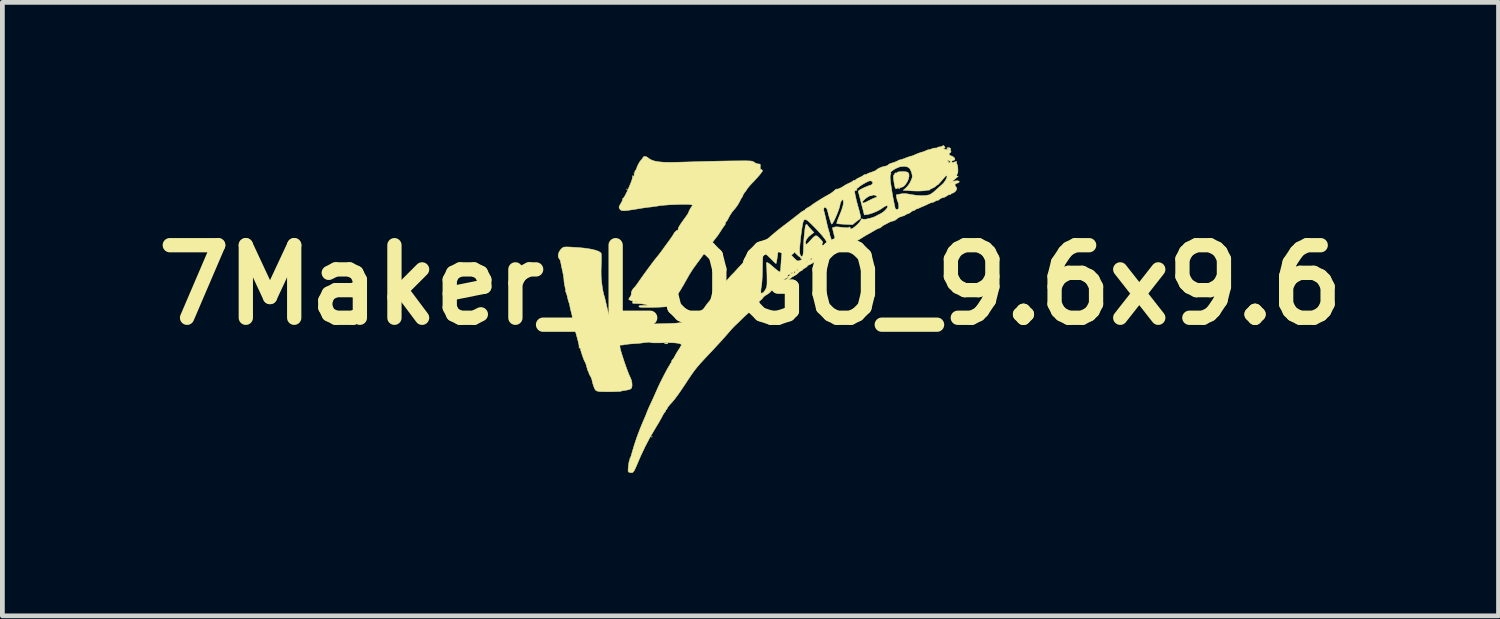
<source format=kicad_pcb>
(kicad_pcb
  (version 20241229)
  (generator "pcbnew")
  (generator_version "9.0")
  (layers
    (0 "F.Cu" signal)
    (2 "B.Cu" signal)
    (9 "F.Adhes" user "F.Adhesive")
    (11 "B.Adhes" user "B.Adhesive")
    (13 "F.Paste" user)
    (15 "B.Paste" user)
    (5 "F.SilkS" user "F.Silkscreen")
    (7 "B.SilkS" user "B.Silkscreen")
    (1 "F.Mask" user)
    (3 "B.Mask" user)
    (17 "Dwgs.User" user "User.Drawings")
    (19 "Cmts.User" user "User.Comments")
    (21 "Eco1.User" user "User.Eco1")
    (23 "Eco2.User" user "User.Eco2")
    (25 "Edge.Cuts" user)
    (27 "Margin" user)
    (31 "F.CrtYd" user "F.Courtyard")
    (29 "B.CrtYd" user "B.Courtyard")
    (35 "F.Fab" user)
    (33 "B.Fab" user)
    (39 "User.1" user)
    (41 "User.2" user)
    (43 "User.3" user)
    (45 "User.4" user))
  (footprint "7Maker_LOGO_9.6x9.6"
    (layer "F.Cu")
    (at 12.707 2.933)
    (property "Reference" "7Maker_LOGO_9.6x9.6" (at 0 0 0) (layer "F.SilkS") (effects (font (size 1.524 1.524) (thickness 0.3))))
    (attr through_hole)
    (fp_poly (pts (xy -2.585 -2.01) (xy -2.592 -2.002) (xy -2.6 -2.01) (xy -2.592 -2.017) (xy -2.585 -2.01)) (stroke (width 0.01) (type solid)) (fill yes) (layer "F.SilkS"))
    (fp_poly (pts (xy -2.062 3.19) (xy -2.069 3.197) (xy -2.077 3.19) (xy -2.069 3.182) (xy -2.062 3.19)) (stroke (width 0.01) (type solid)) (fill yes) (layer "F.SilkS"))
    (fp_poly (pts (xy -1.737 1.23) (xy -1.733 1.234) (xy -1.755 1.236) (xy -1.771 1.236) (xy -1.799 1.235) (xy -1.804 1.232) (xy -1.797 1.23) (xy -1.758 1.227) (xy -1.737 1.23)) (stroke (width 0.01) (type solid)) (fill yes) (layer "F.SilkS"))
    (fp_poly (pts (xy 3.247 -2.378) (xy 3.286 -2.371) (xy 3.307 -2.363) (xy 3.328 -2.328) (xy 3.33 -2.279) (xy 3.317 -2.222) (xy 3.291 -2.164) (xy 3.257 -2.112) (xy 3.217 -2.071) (xy 3.174 -2.049) (xy 3.157 -2.047) (xy 3.133 -2.042) (xy 3.13 -2.032) (xy 3.129 -2.018) (xy 3.124 -2.017) (xy 3.109 -2.029) (xy 3.108 -2.035) (xy 3.103 -2.045) (xy 3.09 -2.035) (xy 3.068 -2.019) (xy 3.051 -2.022) (xy 3.037 -2.048) (xy 3.025 -2.098) (xy 3.015 -2.155) (xy 3.006 -2.223) (xy 3.002 -2.267) (xy 3.004 -2.293) (xy 3.011 -2.308) (xy 3.013 -2.31) (xy 3.031 -2.333) (xy 3.033 -2.343) (xy 3.044 -2.353) (xy 3.058 -2.35) (xy 3.075 -2.348) (xy 3.074 -2.354) (xy 3.08 -2.365) (xy 3.108 -2.374) (xy 3.151 -2.378) (xy 3.2 -2.38) (xy 3.247 -2.378)) (stroke (width 0.01) (type solid)) (fill yes) (layer "F.SilkS"))
    (fp_poly (pts (xy -2.183 -2.691) (xy -2.161 -2.678) (xy -2.117 -2.644) (xy -2.063 -2.617) (xy -1.996 -2.597) (xy -1.914 -2.584) (xy -1.813 -2.576) (xy -1.689 -2.574) (xy -1.54 -2.576) (xy -1.511 -2.577) (xy -1.301 -2.583) (xy -1.117 -2.588) (xy -0.956 -2.593) (xy -0.815 -2.596) (xy -0.69 -2.599) (xy -0.578 -2.601) (xy -0.475 -2.603) (xy -0.378 -2.604) (xy -0.283 -2.605) (xy -0.269 -2.605) (xy -0.165 -2.606) (xy -0.087 -2.606) (xy -0.031 -2.604) (xy 0.009 -2.602) (xy 0.037 -2.597) (xy 0.056 -2.59) (xy 0.072 -2.581) (xy 0.081 -2.574) (xy 0.123 -2.55) (xy 0.166 -2.54) (xy 0.168 -2.54) (xy 0.197 -2.538) (xy 0.208 -2.525) (xy 0.207 -2.493) (xy 0.206 -2.486) (xy 0.205 -2.447) (xy 0.215 -2.429) (xy 0.227 -2.424) (xy 0.25 -2.409) (xy 0.254 -2.398) (xy 0.244 -2.379) (xy 0.218 -2.343) (xy 0.18 -2.296) (xy 0.133 -2.243) (xy 0.083 -2.188) (xy 0.033 -2.136) (xy 0.02 -2.123) (xy -0.022 -2.077) (xy -0.063 -2.025) (xy -0.072 -2.011) (xy -0.099 -1.971) (xy -0.122 -1.94) (xy -0.13 -1.931) (xy -0.149 -1.902) (xy -0.158 -1.879) (xy -0.17 -1.849) (xy -0.179 -1.838) (xy -0.191 -1.821) (xy -0.21 -1.786) (xy -0.231 -1.743) (xy -0.266 -1.682) (xy -0.311 -1.619) (xy -0.339 -1.587) (xy -0.382 -1.535) (xy -0.425 -1.471) (xy -0.451 -1.424) (xy -0.475 -1.377) (xy -0.495 -1.344) (xy -0.509 -1.33) (xy -0.509 -1.33) (xy -0.52 -1.317) (xy -0.523 -1.301) (xy -0.532 -1.266) (xy -0.542 -1.252) (xy -0.558 -1.231) (xy -0.586 -1.192) (xy -0.618 -1.142) (xy -0.627 -1.128) (xy -0.659 -1.079) (xy -0.685 -1.04) (xy -0.701 -1.018) (xy -0.703 -1.016) (xy -0.716 -1.001) (xy -0.743 -0.966) (xy -0.78 -0.917) (xy -0.825 -0.858) (xy -0.873 -0.794) (xy -0.921 -0.729) (xy -0.965 -0.668) (xy -1.002 -0.617) (xy -1.011 -0.605) (xy -1.042 -0.562) (xy -1.083 -0.507) (xy -1.121 -0.456) (xy -1.209 -0.335) (xy -1.286 -0.213) (xy -1.363 -0.076) (xy -1.367 -0.07) (xy -1.406 0.000253) (xy -1.449 0.073) (xy -1.488 0.136) (xy -1.5 0.154) (xy -1.538 0.212) (xy -1.577 0.273) (xy -1.604 0.318) (xy -1.647 0.384) (xy -1.688 0.426) (xy -1.732 0.449) (xy -1.753 0.454) (xy -1.793 0.459) (xy -1.853 0.463) (xy -1.926 0.467) (xy -2.008 0.469) (xy -2.09 0.471) (xy -2.17 0.471) (xy -2.239 0.471) (xy -2.292 0.469) (xy -2.325 0.466) (xy -2.33 0.464) (xy -2.345 0.448) (xy -2.331 0.436) (xy -2.289 0.431) (xy -2.237 0.43) (xy -2.189 0.431) (xy -2.167 0.429) (xy -2.167 0.423) (xy -2.181 0.416) (xy -2.219 0.406) (xy -2.277 0.397) (xy -2.346 0.391) (xy -2.417 0.388) (xy -2.44 0.388) (xy -2.469 0.386) (xy -2.476 0.372) (xy -2.473 0.359) (xy -2.471 0.349) (xy -2.415 0.349) (xy -2.413 0.358) (xy -2.406 0.359) (xy -2.393 0.353) (xy -2.396 0.349) (xy -2.413 0.347) (xy -2.415 0.349) (xy -2.471 0.349) (xy -2.47 0.336) (xy -2.475 0.331) (xy -2.5 0.33) (xy -2.53 0.319) (xy -2.552 0.306) (xy -2.555 0.3) (xy -2.547 0.281) (xy -2.526 0.251) (xy -2.524 0.248) (xy -2.505 0.215) (xy -2.501 0.187) (xy -2.501 0.185) (xy -2.5 0.154) (xy -2.484 0.113) (xy -2.457 0.074) (xy -2.442 0.059) (xy -2.422 0.037) (xy -2.391 -0.002) (xy -2.358 -0.05) (xy -2.356 -0.052) (xy -2.317 -0.109) (xy -2.266 -0.181) (xy -2.209 -0.26) (xy -2.149 -0.342) (xy -2.091 -0.42) (xy -2.039 -0.49) (xy -1.996 -0.545) (xy -1.972 -0.574) (xy -1.937 -0.618) (xy -1.906 -0.657) (xy -1.894 -0.673) (xy -1.875 -0.699) (xy -1.843 -0.742) (xy -1.802 -0.799) (xy -1.756 -0.862) (xy -1.747 -0.874) (xy -1.702 -0.936) (xy -1.663 -0.991) (xy -1.634 -1.033) (xy -1.619 -1.058) (xy -1.617 -1.061) (xy -1.599 -1.093) (xy -1.57 -1.125) (xy -1.542 -1.147) (xy -1.529 -1.15) (xy -1.516 -1.161) (xy -1.518 -1.17) (xy -1.515 -1.191) (xy -1.497 -1.228) (xy -1.462 -1.284) (xy -1.409 -1.359) (xy -1.363 -1.423) (xy -1.332 -1.466) (xy -1.309 -1.501) (xy -1.3 -1.519) (xy -1.3 -1.52) (xy -1.292 -1.543) (xy -1.274 -1.58) (xy -1.252 -1.619) (xy -1.23 -1.65) (xy -1.22 -1.661) (xy -1.214 -1.673) (xy -1.234 -1.683) (xy -1.277 -1.691) (xy -1.338 -1.694) (xy -1.415 -1.694) (xy -1.434 -1.694) (xy -1.589 -1.688) (xy -1.714 -1.682) (xy -1.809 -1.675) (xy -1.875 -1.669) (xy -1.905 -1.665) (xy -1.955 -1.656) (xy -1.995 -1.651) (xy -2.029 -1.647) (xy -2.047 -1.644) (xy -2.065 -1.64) (xy -2.101 -1.636) (xy -2.107 -1.636) (xy -2.142 -1.632) (xy -2.182 -1.627) (xy -2.231 -1.62) (xy -2.295 -1.61) (xy -2.379 -1.596) (xy -2.458 -1.583) (xy -2.553 -1.569) (xy -2.623 -1.56) (xy -2.673 -1.559) (xy -2.707 -1.564) (xy -2.73 -1.577) (xy -2.746 -1.598) (xy -2.747 -1.599) (xy -2.757 -1.622) (xy -2.757 -1.645) (xy -2.743 -1.674) (xy -2.721 -1.711) (xy -2.697 -1.754) (xy -2.683 -1.789) (xy -2.681 -1.805) (xy -2.682 -1.818) (xy -2.677 -1.817) (xy -2.664 -1.825) (xy -2.644 -1.856) (xy -2.618 -1.904) (xy -2.588 -1.965) (xy -2.558 -2.032) (xy -2.529 -2.1) (xy -2.503 -2.164) (xy -2.484 -2.219) (xy -2.474 -2.259) (xy -2.473 -2.276) (xy -2.477 -2.296) (xy -2.469 -2.289) (xy -2.468 -2.288) (xy -2.455 -2.277) (xy -2.445 -2.293) (xy -2.444 -2.299) (xy -2.44 -2.332) (xy -2.444 -2.348) (xy -2.446 -2.358) (xy -2.435 -2.353) (xy -2.422 -2.351) (xy -2.424 -2.372) (xy -2.424 -2.373) (xy -2.426 -2.395) (xy -2.42 -2.398) (xy -2.409 -2.406) (xy -2.394 -2.437) (xy -2.381 -2.474) (xy -2.355 -2.534) (xy -2.321 -2.59) (xy -2.305 -2.61) (xy -2.276 -2.643) (xy -2.259 -2.668) (xy -2.256 -2.675) (xy -2.244 -2.693) (xy -2.216 -2.698) (xy -2.183 -2.691)) (stroke (width 0.01) (type solid)) (fill yes) (layer "F.SilkS"))
    (fp_poly (pts (xy 4.069 -2.914) (xy 4.08 -2.897) (xy 4.088 -2.876) (xy 4.081 -2.875) (xy 4.061 -2.874) (xy 4.057 -2.87) (xy 4.062 -2.857) (xy 4.085 -2.848) (xy 4.117 -2.844) (xy 4.146 -2.847) (xy 4.159 -2.854) (xy 4.167 -2.867) (xy 4.151 -2.864) (xy 4.15 -2.864) (xy 4.128 -2.863) (xy 4.124 -2.869) (xy 4.135 -2.881) (xy 4.161 -2.883) (xy 4.189 -2.876) (xy 4.204 -2.862) (xy 4.201 -2.839) (xy 4.194 -2.833) (xy 4.185 -2.827) (xy 4.195 -2.825) (xy 4.211 -2.814) (xy 4.21 -2.793) (xy 4.193 -2.775) (xy 4.191 -2.774) (xy 4.17 -2.756) (xy 4.174 -2.733) (xy 4.2 -2.715) (xy 4.21 -2.712) (xy 4.251 -2.695) (xy 4.28 -2.671) (xy 4.294 -2.646) (xy 4.289 -2.625) (xy 4.264 -2.615) (xy 4.257 -2.615) (xy 4.234 -2.605) (xy 4.228 -2.592) (xy 4.234 -2.574) (xy 4.254 -2.572) (xy 4.294 -2.584) (xy 4.296 -2.585) (xy 4.324 -2.594) (xy 4.332 -2.587) (xy 4.329 -2.571) (xy 4.329 -2.545) (xy 4.336 -2.536) (xy 4.345 -2.52) (xy 4.352 -2.483) (xy 4.356 -2.437) (xy 4.357 -2.391) (xy 4.354 -2.354) (xy 4.347 -2.338) (xy 4.335 -2.32) (xy 4.333 -2.297) (xy 4.34 -2.28) (xy 4.352 -2.28) (xy 4.364 -2.286) (xy 4.359 -2.279) (xy 4.334 -2.257) (xy 4.288 -2.218) (xy 4.288 -2.218) (xy 4.254 -2.188) (xy 4.242 -2.174) (xy 4.252 -2.173) (xy 4.258 -2.175) (xy 4.302 -2.185) (xy 4.34 -2.188) (xy 4.375 -2.181) (xy 4.386 -2.165) (xy 4.373 -2.148) (xy 4.345 -2.139) (xy 4.311 -2.126) (xy 4.294 -2.103) (xy 4.301 -2.077) (xy 4.31 -2.068) (xy 4.329 -2.04) (xy 4.333 -2.022) (xy 4.321 -1.988) (xy 4.292 -1.955) (xy 4.257 -1.932) (xy 4.239 -1.927) (xy 4.217 -1.92) (xy 4.213 -1.912) (xy 4.201 -1.9) (xy 4.186 -1.898) (xy 4.154 -1.889) (xy 4.12 -1.868) (xy 4.087 -1.847) (xy 4.061 -1.838) (xy 4.061 -1.838) (xy 4.032 -1.832) (xy 3.998 -1.818) (xy 3.97 -1.801) (xy 3.96 -1.789) (xy 3.947 -1.78) (xy 3.932 -1.778) (xy 3.899 -1.769) (xy 3.876 -1.756) (xy 3.844 -1.738) (xy 3.823 -1.734) (xy 3.794 -1.727) (xy 3.754 -1.711) (xy 3.74 -1.704) (xy 3.686 -1.678) (xy 3.63 -1.653) (xy 3.623 -1.651) (xy 3.579 -1.632) (xy 3.544 -1.616) (xy 3.538 -1.612) (xy 3.508 -1.601) (xy 3.495 -1.599) (xy 3.472 -1.589) (xy 3.457 -1.576) (xy 3.434 -1.561) (xy 3.423 -1.56) (xy 3.406 -1.556) (xy 3.377 -1.537) (xy 3.37 -1.531) (xy 3.335 -1.506) (xy 3.305 -1.494) (xy 3.302 -1.494) (xy 3.27 -1.483) (xy 3.258 -1.473) (xy 3.233 -1.457) (xy 3.192 -1.444) (xy 3.181 -1.442) (xy 3.119 -1.419) (xy 3.076 -1.388) (xy 3.04 -1.36) (xy 3.006 -1.345) (xy 2.999 -1.344) (xy 2.964 -1.336) (xy 2.921 -1.319) (xy 2.914 -1.315) (xy 2.865 -1.289) (xy 2.819 -1.266) (xy 2.815 -1.264) (xy 2.777 -1.242) (xy 2.75 -1.219) (xy 2.75 -1.219) (xy 2.725 -1.199) (xy 2.711 -1.195) (xy 2.688 -1.188) (xy 2.649 -1.169) (xy 2.612 -1.148) (xy 2.559 -1.117) (xy 2.507 -1.087) (xy 2.48 -1.072) (xy 2.434 -1.047) (xy 2.392 -1.022) (xy 2.343 -0.991) (xy 2.305 -0.967) (xy 2.267 -0.944) (xy 2.239 -0.929) (xy 2.231 -0.926) (xy 2.212 -0.918) (xy 2.18 -0.898) (xy 2.143 -0.873) (xy 2.111 -0.85) (xy 2.095 -0.834) (xy 2.094 -0.833) (xy 2.077 -0.823) (xy 2.07 -0.822) (xy 2.046 -0.814) (xy 1.999 -0.79) (xy 1.93 -0.751) (xy 1.841 -0.699) (xy 1.823 -0.687) (xy 1.796 -0.672) (xy 1.756 -0.651) (xy 1.741 -0.643) (xy 1.681 -0.611) (xy 1.74 -0.664) (xy 1.774 -0.698) (xy 1.787 -0.721) (xy 1.781 -0.729) (xy 1.755 -0.719) (xy 1.737 -0.709) (xy 1.701 -0.687) (xy 1.65 -0.659) (xy 1.59 -0.628) (xy 1.529 -0.597) (xy 1.472 -0.57) (xy 1.426 -0.549) (xy 1.398 -0.539) (xy 1.394 -0.538) (xy 1.376 -0.526) (xy 1.374 -0.519) (xy 1.362 -0.502) (xy 1.332 -0.477) (xy 1.291 -0.451) (xy 1.249 -0.429) (xy 1.221 -0.418) (xy 1.199 -0.406) (xy 1.196 -0.397) (xy 1.185 -0.382) (xy 1.156 -0.362) (xy 1.144 -0.356) (xy 1.111 -0.335) (xy 1.092 -0.317) (xy 1.091 -0.313) (xy 1.079 -0.3) (xy 1.068 -0.299) (xy 1.045 -0.288) (xy 1.014 -0.263) (xy 1.007 -0.255) (xy 0.968 -0.22) (xy 0.925 -0.194) (xy 0.921 -0.192) (xy 0.876 -0.167) (xy 0.839 -0.138) (xy 0.804 -0.107) (xy 0.759 -0.074) (xy 0.746 -0.065) (xy 0.708 -0.042) (xy 0.685 -0.036) (xy 0.666 -0.044) (xy 0.662 -0.047) (xy 0.644 -0.059) (xy 0.643 -0.05) (xy 0.647 -0.041) (xy 0.648 -0.022) (xy 0.626 -0.019) (xy 0.625 -0.019) (xy 0.597 -0.015) (xy 0.587 -0.005) (xy 0.593 0.006) (xy 0.615 0.004) (xy 0.639 -0.000466) (xy 0.638 0.009) (xy 0.629 0.02) (xy 0.6 0.04) (xy 0.581 0.045) (xy 0.55 0.053) (xy 0.509 0.074) (xy 0.467 0.1) (xy 0.435 0.126) (xy 0.425 0.14) (xy 0.408 0.157) (xy 0.375 0.183) (xy 0.343 0.203) (xy 0.301 0.23) (xy 0.271 0.256) (xy 0.261 0.269) (xy 0.245 0.292) (xy 0.214 0.32) (xy 0.203 0.328) (xy 0.163 0.367) (xy 0.127 0.414) (xy 0.121 0.426) (xy 0.089 0.469) (xy 0.045 0.515) (xy 0.018 0.537) (xy -0.026 0.572) (xy -0.08 0.62) (xy -0.136 0.672) (xy -0.151 0.686) (xy -0.203 0.737) (xy -0.254 0.788) (xy -0.297 0.828) (xy -0.307 0.837) (xy -0.348 0.877) (xy -0.396 0.928) (xy -0.439 0.977) (xy -0.54 1.094) (xy -0.656 1.222) (xy -0.777 1.353) (xy -0.819 1.398) (xy -0.912 1.496) (xy -0.987 1.576) (xy -1.05 1.645) (xy -1.102 1.705) (xy -1.149 1.762) (xy -1.193 1.82) (xy -1.238 1.884) (xy -1.289 1.959) (xy -1.348 2.048) (xy -1.37 2.082) (xy -1.452 2.205) (xy -1.522 2.305) (xy -1.583 2.387) (xy -1.638 2.454) (xy -1.673 2.493) (xy -1.71 2.534) (xy -1.737 2.57) (xy -1.748 2.592) (xy -1.748 2.593) (xy -1.757 2.613) (xy -1.763 2.615) (xy -1.777 2.627) (xy -1.778 2.635) (xy -1.789 2.662) (xy -1.799 2.673) (xy -1.818 2.697) (xy -1.841 2.736) (xy -1.85 2.754) (xy -1.869 2.79) (xy -1.899 2.844) (xy -1.938 2.911) (xy -1.982 2.984) (xy -2 3.014) (xy -2.111 3.203) (xy -2.212 3.395) (xy -2.308 3.599) (xy -2.368 3.739) (xy -2.403 3.821) (xy -2.429 3.878) (xy -2.45 3.915) (xy -2.47 3.936) (xy -2.491 3.943) (xy -2.517 3.941) (xy -2.546 3.934) (xy -2.56 3.927) (xy -2.567 3.913) (xy -2.569 3.885) (xy -2.565 3.835) (xy -2.563 3.813) (xy -2.556 3.755) (xy -2.548 3.709) (xy -2.539 3.682) (xy -2.537 3.68) (xy -2.529 3.664) (xy -2.533 3.661) (xy -2.535 3.652) (xy -2.528 3.642) (xy -2.516 3.618) (xy -2.501 3.575) (xy -2.49 3.534) (xy -2.443 3.374) (xy -2.385 3.199) (xy -2.317 3.019) (xy -2.244 2.843) (xy -2.222 2.794) (xy -2.2 2.743) (xy -2.182 2.698) (xy -2.174 2.675) (xy -2.163 2.647) (xy -2.143 2.599) (xy -2.116 2.539) (xy -2.096 2.496) (xy -2.042 2.38) (xy -1.999 2.284) (xy -1.967 2.211) (xy -1.957 2.189) (xy -1.937 2.144) (xy -1.909 2.084) (xy -1.875 2.015) (xy -1.838 1.942) (xy -1.801 1.87) (xy -1.766 1.804) (xy -1.736 1.749) (xy -1.713 1.709) (xy -1.7 1.691) (xy -1.7 1.691) (xy -1.689 1.674) (xy -1.688 1.665) (xy -1.68 1.646) (xy -1.673 1.644) (xy -1.661 1.631) (xy -1.658 1.614) (xy -1.649 1.584) (xy -1.639 1.573) (xy -1.62 1.553) (xy -1.598 1.517) (xy -1.594 1.509) (xy -1.575 1.472) (xy -1.555 1.437) (xy -1.531 1.397) (xy -1.495 1.342) (xy -1.49 1.335) (xy -1.467 1.296) (xy -1.452 1.267) (xy -1.449 1.258) (xy -1.464 1.24) (xy -1.507 1.226) (xy -1.577 1.217) (xy -1.674 1.212) (xy -1.795 1.213) (xy -1.839 1.214) (xy -1.922 1.216) (xy -1.993 1.216) (xy -2.049 1.215) (xy -2.083 1.212) (xy -2.092 1.209) (xy -2.105 1.203) (xy -2.141 1.202) (xy -2.19 1.206) (xy -2.247 1.213) (xy -2.271 1.217) (xy -2.302 1.221) (xy -2.354 1.226) (xy -2.418 1.231) (xy -2.45 1.233) (xy -2.52 1.238) (xy -2.586 1.245) (xy -2.637 1.252) (xy -2.651 1.255) (xy -2.691 1.262) (xy -2.718 1.262) (xy -2.721 1.261) (xy -2.737 1.262) (xy -2.742 1.286) (xy -2.735 1.333) (xy -2.726 1.37) (xy -2.7 1.457) (xy -2.67 1.55) (xy -2.638 1.646) (xy -2.606 1.737) (xy -2.576 1.818) (xy -2.551 1.882) (xy -2.531 1.925) (xy -2.53 1.927) (xy -2.503 1.989) (xy -2.488 2.054) (xy -2.485 2.114) (xy -2.494 2.16) (xy -2.501 2.172) (xy -2.536 2.194) (xy -2.599 2.208) (xy -2.61 2.21) (xy -2.66 2.217) (xy -2.699 2.225) (xy -2.714 2.23) (xy -2.734 2.234) (xy -2.777 2.237) (xy -2.838 2.239) (xy -2.909 2.241) (xy -2.984 2.241) (xy -3.056 2.241) (xy -3.12 2.24) (xy -3.168 2.238) (xy -3.186 2.236) (xy -3.225 2.225) (xy -3.249 2.212) (xy -3.267 2.186) (xy -3.287 2.139) (xy -3.307 2.08) (xy -3.323 2.017) (xy -3.327 1.995) (xy -3.342 1.949) (xy -3.363 1.91) (xy -3.383 1.876) (xy -3.392 1.848) (xy -3.392 1.848) (xy -3.399 1.823) (xy -3.404 1.817) (xy -3.414 1.799) (xy -3.426 1.761) (xy -3.436 1.723) (xy -3.45 1.672) (xy -3.465 1.631) (xy -3.475 1.614) (xy -3.488 1.59) (xy -3.506 1.546) (xy -3.526 1.49) (xy -3.545 1.432) (xy -3.561 1.38) (xy -3.57 1.343) (xy -3.571 1.333) (xy -3.58 1.321) (xy -3.588 1.324) (xy -3.6 1.325) (xy -3.597 1.31) (xy -3.597 1.286) (xy -3.604 1.241) (xy -3.618 1.182) (xy -3.629 1.14) (xy -3.671 0.988) (xy -3.703 0.862) (xy -3.725 0.758) (xy -3.735 0.702) (xy -3.745 0.644) (xy -3.757 0.59) (xy -3.763 0.568) (xy -3.777 0.515) (xy -3.788 0.463) (xy -3.795 0.424) (xy -3.8 0.398) (xy -3.801 0.396) (xy -3.811 0.369) (xy -3.812 0.366) (xy -3.82 0.344) (xy -3.831 0.303) (xy -3.841 0.261) (xy -3.853 0.211) (xy -3.866 0.17) (xy -3.874 0.153) (xy -3.883 0.132) (xy -3.881 0.126) (xy -3.88 0.108) (xy -3.886 0.071) (xy -3.894 0.04) (xy -3.906 -0.018) (xy -3.914 -0.076) (xy -3.915 -0.097) (xy -3.918 -0.139) (xy -3.927 -0.199) (xy -3.94 -0.267) (xy -3.945 -0.291) (xy -3.96 -0.358) (xy -3.973 -0.42) (xy -3.982 -0.467) (xy -3.984 -0.478) (xy -3.994 -0.518) (xy -4.009 -0.544) (xy -4.011 -0.545) (xy -4.033 -0.582) (xy -4.036 -0.631) (xy -4.021 -0.685) (xy -3.989 -0.738) (xy -3.953 -0.774) (xy -3.938 -0.784) (xy -3.922 -0.792) (xy -3.901 -0.796) (xy -3.869 -0.798) (xy -3.823 -0.797) (xy -3.759 -0.794) (xy -3.671 -0.788) (xy -3.616 -0.785) (xy -3.479 -0.772) (xy -3.361 -0.754) (xy -3.264 -0.732) (xy -3.191 -0.707) (xy -3.145 -0.678) (xy -3.135 -0.666) (xy -3.132 -0.646) (xy -3.13 -0.602) (xy -3.13 -0.539) (xy -3.131 -0.463) (xy -3.133 -0.411) (xy -3.136 -0.296) (xy -3.135 -0.199) (xy -3.13 -0.112) (xy -3.12 -0.024) (xy -3.116 0.007) (xy -3.105 0.079) (xy -3.094 0.141) (xy -3.084 0.187) (xy -3.078 0.21) (xy -3.068 0.237) (xy -3.056 0.281) (xy -3.051 0.307) (xy -3.041 0.35) (xy -3.026 0.413) (xy -3.008 0.489) (xy -2.988 0.57) (xy -2.986 0.579) (xy -2.967 0.656) (xy -2.95 0.714) (xy -2.931 0.758) (xy -2.907 0.788) (xy -2.874 0.808) (xy -2.826 0.819) (xy -2.762 0.824) (xy -2.675 0.825) (xy -2.563 0.825) (xy -2.555 0.825) (xy -2.45 0.824) (xy -2.334 0.823) (xy -2.213 0.821) (xy -2.09 0.819) (xy -1.969 0.817) (xy -1.856 0.814) (xy -1.753 0.811) (xy -1.666 0.808) (xy -1.599 0.805) (xy -1.556 0.802) (xy -1.546 0.801) (xy -1.51 0.797) (xy -1.455 0.791) (xy -1.392 0.784) (xy -1.382 0.783) (xy -1.324 0.777) (xy -1.278 0.772) (xy -1.25 0.769) (xy -1.248 0.768) (xy -1.22 0.765) (xy -1.209 0.764) (xy -1.182 0.753) (xy -1.148 0.724) (xy -1.105 0.675) (xy -1.052 0.602) (xy -1.009 0.54) (xy -0.966 0.477) (xy -0.924 0.418) (xy -0.888 0.372) (xy -0.868 0.348) (xy -0.84 0.315) (xy -0.822 0.291) (xy -0.82 0.287) (xy -0.816 0.279) (xy -0.807 0.267) (xy -0.792 0.248) (xy -0.768 0.219) (xy -0.732 0.177) (xy -0.694 0.133) (xy 0.218 0.133) (xy 0.221 0.168) (xy 0.223 0.174) (xy 0.236 0.173) (xy 0.252 0.169) (xy 0.276 0.153) (xy 0.303 0.119) (xy 0.315 0.1) (xy 0.329 0.073) (xy 0.339 0.048) (xy 0.345 0.017) (xy 0.348 -0.024) (xy 0.349 -0.076) (xy 0.665 -0.076) (xy 0.685 -0.075) (xy 0.715 -0.084) (xy 0.728 -0.095) (xy 0.75 -0.117) (xy 0.774 -0.134) (xy 0.798 -0.149) (xy 0.802 -0.159) (xy 0.784 -0.158) (xy 0.75 -0.143) (xy 0.708 -0.116) (xy 0.689 -0.102) (xy 0.666 -0.083) (xy 0.665 -0.076) (xy 0.349 -0.076) (xy 0.349 -0.083) (xy 0.348 -0.165) (xy 0.348 -0.179) (xy 0.348 -0.193) (xy 0.777 -0.193) (xy 0.787 -0.18) (xy 0.814 -0.189) (xy 0.821 -0.194) (xy 0.836 -0.209) (xy 0.835 -0.216) (xy 0.815 -0.219) (xy 0.79 -0.209) (xy 0.777 -0.193) (xy 0.777 -0.193) (xy 0.348 -0.193) (xy 0.347 -0.236) (xy 0.852 -0.236) (xy 0.86 -0.23) (xy 0.874 -0.239) (xy 0.882 -0.248) (xy 0.918 -0.248) (xy 0.928 -0.239) (xy 0.938 -0.252) (xy 0.941 -0.271) (xy 0.937 -0.293) (xy 0.931 -0.293) (xy 0.919 -0.271) (xy 0.918 -0.248) (xy 0.882 -0.248) (xy 0.89 -0.258) (xy 0.89 -0.265) (xy 0.874 -0.265) (xy 0.857 -0.25) (xy 0.852 -0.236) (xy 0.347 -0.236) (xy 0.346 -0.259) (xy 0.344 -0.33) (xy 0.341 -0.386) (xy 0.339 -0.421) (xy 0.338 -0.427) (xy 0.335 -0.459) (xy 0.344 -0.472) (xy 0.368 -0.464) (xy 0.409 -0.436) (xy 0.467 -0.387) (xy 0.476 -0.379) (xy 0.527 -0.335) (xy 0.571 -0.3) (xy 0.604 -0.278) (xy 0.618 -0.273) (xy 0.628 -0.29) (xy 0.633 -0.315) (xy 0.971 -0.315) (xy 0.982 -0.299) (xy 0.986 -0.299) (xy 1.001 -0.304) (xy 1.001 -0.305) (xy 0.991 -0.318) (xy 0.986 -0.321) (xy 0.972 -0.32) (xy 0.971 -0.315) (xy 0.633 -0.315) (xy 0.635 -0.328) (xy 0.637 -0.352) (xy 0.64 -0.424) (xy 0.645 -0.486) (xy 1.18 -0.486) (xy 1.188 -0.478) (xy 1.195 -0.486) (xy 1.188 -0.493) (xy 1.18 -0.486) (xy 0.645 -0.486) (xy 0.647 -0.524) (xy 0.659 -0.651) (xy 0.667 -0.728) (xy 0.675 -0.778) (xy 0.688 -0.802) (xy 0.71 -0.799) (xy 0.741 -0.771) (xy 0.777 -0.724) (xy 0.823 -0.667) (xy 0.877 -0.605) (xy 0.913 -0.568) (xy 0.953 -0.53) (xy 0.979 -0.509) (xy 1.001 -0.503) (xy 1.024 -0.508) (xy 1.031 -0.51) (xy 1.067 -0.526) (xy 1.077 -0.535) (xy 1.255 -0.535) (xy 1.264 -0.525) (xy 1.282 -0.531) (xy 1.296 -0.549) (xy 1.296 -0.55) (xy 1.292 -0.561) (xy 1.279 -0.559) (xy 1.258 -0.543) (xy 1.255 -0.535) (xy 1.077 -0.535) (xy 1.085 -0.541) (xy 1.081 -0.551) (xy 1.068 -0.553) (xy 1.052 -0.56) (xy 1.053 -0.568) (xy 1.051 -0.581) (xy 1.045 -0.583) (xy 1.027 -0.593) (xy 0.994 -0.621) (xy 0.953 -0.661) (xy 0.909 -0.708) (xy 0.901 -0.717) (xy 1.031 -0.717) (xy 1.036 -0.66) (xy 1.049 -0.619) (xy 1.067 -0.598) (xy 1.087 -0.601) (xy 1.1 -0.616) (xy 1.105 -0.638) (xy 1.11 -0.683) (xy 1.114 -0.743) (xy 1.115 -0.792) (xy 1.118 -0.864) (xy 1.121 -0.933) (xy 1.125 -0.987) (xy 1.127 -1.009) (xy 1.132 -1.056) (xy 1.139 -1.118) (xy 1.144 -1.169) (xy 1.153 -1.229) (xy 1.163 -1.262) (xy 1.175 -1.27) (xy 1.194 -1.263) (xy 1.196 -1.259) (xy 1.205 -1.243) (xy 1.23 -1.212) (xy 1.265 -1.174) (xy 1.333 -1.1) (xy 1.29 -1.07) (xy 1.221 -1.013) (xy 1.176 -0.957) (xy 1.157 -0.906) (xy 1.156 -0.899) (xy 1.16 -0.867) (xy 1.17 -0.852) (xy 1.171 -0.852) (xy 1.189 -0.862) (xy 1.219 -0.89) (xy 1.256 -0.93) (xy 1.26 -0.934) (xy 1.309 -0.988) (xy 1.345 -1.021) (xy 1.373 -1.034) (xy 1.398 -1.028) (xy 1.425 -1.007) (xy 1.437 -0.995) (xy 1.482 -0.947) (xy 1.509 -0.915) (xy 1.519 -0.896) (xy 1.516 -0.885) (xy 1.514 -0.884) (xy 1.502 -0.86) (xy 1.511 -0.833) (xy 1.522 -0.823) (xy 1.558 -0.816) (xy 1.597 -0.83) (xy 1.614 -0.845) (xy 1.617 -0.871) (xy 1.597 -0.915) (xy 1.556 -0.976) (xy 1.494 -1.052) (xy 1.412 -1.143) (xy 1.352 -1.205) (xy 1.286 -1.272) (xy 1.236 -1.32) (xy 1.2 -1.351) (xy 1.174 -1.367) (xy 1.154 -1.372) (xy 1.149 -1.372) (xy 1.129 -1.366) (xy 1.115 -1.349) (xy 1.104 -1.315) (xy 1.095 -1.27) (xy 1.082 -1.194) (xy 1.069 -1.103) (xy 1.056 -1.006) (xy 1.046 -0.91) (xy 1.037 -0.822) (xy 1.032 -0.751) (xy 1.031 -0.717) (xy 0.901 -0.717) (xy 0.867 -0.756) (xy 0.839 -0.791) (xy 0.795 -0.844) (xy 0.748 -0.892) (xy 0.701 -0.931) (xy 0.661 -0.957) (xy 0.634 -0.966) (xy 0.628 -0.964) (xy 0.623 -0.96) (xy 0.618 -0.952) (xy 0.613 -0.937) (xy 0.608 -0.911) (xy 0.602 -0.869) (xy 0.594 -0.809) (xy 0.583 -0.725) (xy 0.573 -0.654) (xy 0.563 -0.579) (xy 0.554 -0.517) (xy 0.545 -0.472) (xy 0.539 -0.45) (xy 0.538 -0.448) (xy 0.524 -0.458) (xy 0.495 -0.485) (xy 0.456 -0.524) (xy 0.433 -0.547) (xy 0.372 -0.607) (xy 0.327 -0.646) (xy 0.296 -0.665) (xy 0.275 -0.667) (xy 0.268 -0.663) (xy 0.264 -0.644) (xy 0.26 -0.601) (xy 0.257 -0.537) (xy 0.255 -0.458) (xy 0.253 -0.369) (xy 0.253 -0.361) (xy 0.251 -0.264) (xy 0.248 -0.171) (xy 0.243 -0.088) (xy 0.238 -0.023) (xy 0.232 0.017) (xy 0.222 0.079) (xy 0.218 0.133) (xy -0.694 0.133) (xy -0.683 0.12) (xy -0.618 0.045) (xy -0.553 -0.03) (xy -0.5 -0.091) (xy -0.452 -0.145) (xy -0.415 -0.187) (xy -0.391 -0.213) (xy -0.385 -0.218) (xy -0.368 -0.235) (xy -0.335 -0.269) (xy -0.293 -0.316) (xy -0.247 -0.366) (xy -0.091 -0.532) (xy 0.072 -0.696) (xy 0.237 -0.854) (xy 0.399 -1) (xy 0.553 -1.131) (xy 0.65 -1.207) (xy 0.762 -1.292) (xy 0.852 -1.361) (xy 0.922 -1.415) (xy 0.975 -1.456) (xy 1.013 -1.486) (xy 1.038 -1.506) (xy 1.05 -1.516) (xy 1.085 -1.542) (xy 1.114 -1.557) (xy 1.141 -1.572) (xy 1.148 -1.58) (xy 1.535 -1.58) (xy 1.54 -1.562) (xy 1.548 -1.536) (xy 1.56 -1.487) (xy 1.575 -1.424) (xy 1.591 -1.352) (xy 1.608 -1.277) (xy 1.625 -1.207) (xy 1.641 -1.15) (xy 1.651 -1.117) (xy 1.663 -1.082) (xy 1.667 -1.062) (xy 1.666 -1.061) (xy 1.666 -1.049) (xy 1.676 -1.018) (xy 1.682 -1.003) (xy 1.696 -0.964) (xy 1.702 -0.937) (xy 1.702 -0.932) (xy 1.702 -0.896) (xy 1.716 -0.883) (xy 1.739 -0.896) (xy 1.757 -0.919) (xy 1.77 -0.942) (xy 1.775 -0.965) (xy 1.771 -0.997) (xy 1.758 -1.048) (xy 1.757 -1.05) (xy 1.737 -1.129) (xy 1.726 -1.18) (xy 1.724 -1.204) (xy 1.729 -1.205) (xy 1.746 -1.205) (xy 1.757 -1.212) (xy 1.783 -1.219) (xy 1.833 -1.219) (xy 1.886 -1.213) (xy 1.968 -1.204) (xy 2.025 -1.2) (xy 2.06 -1.202) (xy 2.075 -1.21) (xy 2.077 -1.216) (xy 2.083 -1.22) (xy 2.091 -1.211) (xy 2.099 -1.186) (xy 2.097 -1.177) (xy 2.104 -1.173) (xy 2.129 -1.18) (xy 2.13 -1.181) (xy 2.164 -1.2) (xy 2.206 -1.233) (xy 2.25 -1.273) (xy 2.288 -1.314) (xy 2.314 -1.348) (xy 2.321 -1.364) (xy 2.328 -1.385) (xy 2.346 -1.387) (xy 2.371 -1.379) (xy 2.399 -1.378) (xy 2.447 -1.385) (xy 2.504 -1.398) (xy 2.561 -1.414) (xy 2.61 -1.433) (xy 2.628 -1.441) (xy 2.664 -1.461) (xy 2.713 -1.486) (xy 2.739 -1.499) (xy 2.789 -1.531) (xy 2.834 -1.571) (xy 2.868 -1.612) (xy 2.883 -1.648) (xy 2.884 -1.653) (xy 2.873 -1.664) (xy 2.845 -1.66) (xy 2.808 -1.642) (xy 2.772 -1.616) (xy 2.717 -1.58) (xy 2.645 -1.543) (xy 2.565 -1.51) (xy 2.49 -1.487) (xy 2.465 -1.482) (xy 2.423 -1.475) (xy 2.396 -1.47) (xy 2.391 -1.47) (xy 2.387 -1.487) (xy 2.377 -1.527) (xy 2.363 -1.583) (xy 2.345 -1.651) (xy 2.327 -1.724) (xy 2.322 -1.741) (xy 2.352 -1.741) (xy 2.353 -1.734) (xy 2.36 -1.724) (xy 2.372 -1.721) (xy 2.392 -1.726) (xy 2.426 -1.74) (xy 2.479 -1.767) (xy 2.501 -1.778) (xy 2.556 -1.805) (xy 2.603 -1.826) (xy 2.633 -1.837) (xy 2.639 -1.838) (xy 2.658 -1.845) (xy 2.655 -1.86) (xy 2.632 -1.878) (xy 2.62 -1.883) (xy 2.58 -1.89) (xy 2.561 -1.882) (xy 2.538 -1.871) (xy 2.528 -1.873) (xy 2.507 -1.871) (xy 2.473 -1.854) (xy 2.433 -1.827) (xy 2.395 -1.795) (xy 2.366 -1.765) (xy 2.352 -1.741) (xy 2.322 -1.741) (xy 2.308 -1.796) (xy 2.291 -1.862) (xy 2.277 -1.914) (xy 2.267 -1.948) (xy 2.265 -1.958) (xy 2.267 -1.973) (xy 2.289 -1.991) (xy 2.333 -2.016) (xy 2.374 -2.036) (xy 2.43 -2.061) (xy 2.477 -2.08) (xy 2.508 -2.091) (xy 2.514 -2.092) (xy 2.545 -2.104) (xy 2.567 -2.131) (xy 2.57 -2.147) (xy 2.558 -2.168) (xy 2.54 -2.182) (xy 2.519 -2.187) (xy 2.492 -2.183) (xy 2.451 -2.165) (xy 2.409 -2.143) (xy 2.356 -2.112) (xy 2.311 -2.083) (xy 2.283 -2.062) (xy 2.282 -2.06) (xy 2.257 -2.039) (xy 2.241 -2.032) (xy 2.233 -2.021) (xy 2.236 -2.01) (xy 2.233 -1.99) (xy 2.221 -1.987) (xy 2.196 -1.98) (xy 2.19 -1.974) (xy 2.189 -1.952) (xy 2.196 -1.905) (xy 2.21 -1.838) (xy 2.23 -1.754) (xy 2.256 -1.658) (xy 2.282 -1.567) (xy 2.299 -1.499) (xy 2.31 -1.452) (xy 2.314 -1.421) (xy 2.311 -1.402) (xy 2.304 -1.39) (xy 2.295 -1.383) (xy 2.268 -1.365) (xy 2.229 -1.335) (xy 2.206 -1.317) (xy 2.144 -1.266) (xy 1.983 -1.274) (xy 1.916 -1.278) (xy 1.861 -1.282) (xy 1.824 -1.287) (xy 1.812 -1.291) (xy 1.814 -1.307) (xy 1.826 -1.345) (xy 1.845 -1.398) (xy 1.865 -1.445) (xy 1.907 -1.55) (xy 1.935 -1.632) (xy 1.95 -1.695) (xy 1.953 -1.742) (xy 1.95 -1.761) (xy 1.94 -1.8) (xy 1.911 -1.765) (xy 1.89 -1.728) (xy 1.883 -1.695) (xy 1.877 -1.661) (xy 1.863 -1.611) (xy 1.842 -1.55) (xy 1.817 -1.486) (xy 1.789 -1.421) (xy 1.762 -1.363) (xy 1.737 -1.316) (xy 1.718 -1.286) (xy 1.705 -1.278) (xy 1.704 -1.279) (xy 1.694 -1.3) (xy 1.68 -1.341) (xy 1.662 -1.397) (xy 1.644 -1.458) (xy 1.629 -1.517) (xy 1.621 -1.554) (xy 1.605 -1.6) (xy 1.583 -1.626) (xy 1.559 -1.629) (xy 1.545 -1.617) (xy 1.535 -1.58) (xy 1.148 -1.58) (xy 1.15 -1.583) (xy 1.162 -1.596) (xy 1.193 -1.616) (xy 1.214 -1.628) (xy 1.253 -1.651) (xy 1.279 -1.668) (xy 1.285 -1.673) (xy 1.301 -1.686) (xy 1.337 -1.711) (xy 1.386 -1.743) (xy 1.441 -1.778) (xy 1.497 -1.813) (xy 1.548 -1.843) (xy 1.572 -1.857) (xy 1.619 -1.883) (xy 1.661 -1.907) (xy 1.675 -1.914) (xy 1.709 -1.938) (xy 1.75 -1.97) (xy 1.759 -1.979) (xy 1.788 -2.003) (xy 1.806 -2.014) (xy 1.808 -2.013) (xy 1.819 -2.01) (xy 1.849 -2.018) (xy 1.887 -2.034) (xy 1.927 -2.055) (xy 1.95 -2.07) (xy 1.99 -2.096) (xy 2.043 -2.124) (xy 2.073 -2.138) (xy 2.116 -2.158) (xy 2.144 -2.176) (xy 2.152 -2.184) (xy 2.164 -2.194) (xy 2.181 -2.196) (xy 2.206 -2.202) (xy 2.211 -2.209) (xy 2.224 -2.221) (xy 2.249 -2.236) (xy 2.934 -2.236) (xy 2.942 -2.153) (xy 2.951 -2.092) (xy 2.956 -2.058) (xy 2.964 -2.006) (xy 2.973 -1.95) (xy 2.983 -1.89) (xy 2.996 -1.818) (xy 3.011 -1.743) (xy 3.025 -1.674) (xy 3.037 -1.62) (xy 3.042 -1.602) (xy 3.059 -1.587) (xy 3.086 -1.586) (xy 3.109 -1.599) (xy 3.113 -1.605) (xy 3.116 -1.636) (xy 3.112 -1.681) (xy 3.104 -1.725) (xy 3.093 -1.755) (xy 3.092 -1.756) (xy 3.083 -1.779) (xy 3.073 -1.819) (xy 3.071 -1.831) (xy 3.061 -1.891) (xy 3.146 -1.909) (xy 3.191 -1.916) (xy 3.233 -1.918) (xy 3.282 -1.914) (xy 3.348 -1.903) (xy 3.377 -1.897) (xy 3.487 -1.881) (xy 3.591 -1.874) (xy 3.682 -1.878) (xy 3.754 -1.892) (xy 3.773 -1.9) (xy 3.806 -1.92) (xy 3.851 -1.954) (xy 3.898 -1.995) (xy 3.9 -1.997) (xy 3.947 -2.041) (xy 3.993 -2.081) (xy 4.027 -2.111) (xy 4.06 -2.145) (xy 4.072 -2.161) (xy 4.189 -2.161) (xy 4.191 -2.153) (xy 4.198 -2.152) (xy 4.211 -2.157) (xy 4.208 -2.161) (xy 4.191 -2.163) (xy 4.189 -2.161) (xy 4.072 -2.161) (xy 4.091 -2.188) (xy 4.115 -2.232) (xy 4.128 -2.268) (xy 4.126 -2.29) (xy 4.126 -2.29) (xy 4.106 -2.291) (xy 4.082 -2.269) (xy 4.022 -2.198) (xy 3.978 -2.148) (xy 3.95 -2.117) (xy 3.934 -2.102) (xy 3.93 -2.101) (xy 3.93 -2.101) (xy 3.921 -2.1) (xy 3.901 -2.081) (xy 3.9 -2.081) (xy 3.866 -2.054) (xy 3.821 -2.031) (xy 3.818 -2.03) (xy 3.784 -2.015) (xy 3.766 -2) (xy 3.765 -1.998) (xy 3.754 -1.99) (xy 3.747 -1.991) (xy 3.72 -1.991) (xy 3.683 -1.984) (xy 3.648 -1.978) (xy 3.592 -1.974) (xy 3.524 -1.972) (xy 3.452 -1.973) (xy 3.385 -1.976) (xy 3.347 -1.979) (xy 3.305 -1.983) (xy 3.259 -1.985) (xy 3.208 -1.987) (xy 3.263 -2.035) (xy 3.315 -2.091) (xy 3.36 -2.164) (xy 3.392 -2.24) (xy 3.397 -2.258) (xy 3.397 -2.302) (xy 3.385 -2.358) (xy 3.363 -2.412) (xy 3.337 -2.453) (xy 3.294 -2.48) (xy 3.231 -2.491) (xy 3.156 -2.484) (xy 3.14 -2.481) (xy 3.097 -2.466) (xy 3.049 -2.444) (xy 3.004 -2.417) (xy 2.967 -2.391) (xy 2.944 -2.368) (xy 2.942 -2.354) (xy 2.943 -2.353) (xy 2.952 -2.338) (xy 2.943 -2.322) (xy 2.934 -2.293) (xy 2.934 -2.236) (xy 2.249 -2.236) (xy 2.257 -2.24) (xy 2.293 -2.257) (xy 2.337 -2.278) (xy 2.367 -2.295) (xy 2.376 -2.304) (xy 2.388 -2.314) (xy 2.403 -2.316) (xy 2.433 -2.322) (xy 2.444 -2.328) (xy 2.465 -2.339) (xy 2.505 -2.355) (xy 2.543 -2.367) (xy 2.592 -2.385) (xy 2.631 -2.403) (xy 2.646 -2.415) (xy 2.675 -2.437) (xy 2.72 -2.46) (xy 2.77 -2.479) (xy 2.801 -2.487) (xy 2.85 -2.498) (xy 2.885 -2.512) (xy 2.899 -2.526) (xy 2.899 -2.526) (xy 2.912 -2.537) (xy 2.946 -2.551) (xy 2.985 -2.564) (xy 3.035 -2.58) (xy 3.075 -2.597) (xy 3.093 -2.607) (xy 3.107 -2.614) (xy 4.131 -2.614) (xy 4.135 -2.602) (xy 4.145 -2.6) (xy 4.161 -2.59) (xy 4.159 -2.577) (xy 4.159 -2.561) (xy 4.174 -2.564) (xy 4.195 -2.577) (xy 4.198 -2.583) (xy 4.187 -2.6) (xy 4.163 -2.614) (xy 4.139 -2.619) (xy 4.131 -2.614) (xy 3.107 -2.614) (xy 3.123 -2.623) (xy 3.138 -2.625) (xy 3.162 -2.631) (xy 3.205 -2.645) (xy 3.257 -2.664) (xy 3.258 -2.665) (xy 3.31 -2.684) (xy 3.351 -2.699) (xy 3.375 -2.704) (xy 3.375 -2.704) (xy 3.398 -2.71) (xy 3.438 -2.726) (xy 3.472 -2.742) (xy 3.526 -2.764) (xy 3.578 -2.782) (xy 3.602 -2.789) (xy 3.646 -2.801) (xy 3.682 -2.818) (xy 3.683 -2.819) (xy 3.719 -2.835) (xy 3.742 -2.839) (xy 3.778 -2.846) (xy 3.813 -2.86) (xy 3.852 -2.873) (xy 3.882 -2.874) (xy 3.91 -2.874) (xy 3.921 -2.882) (xy 3.942 -2.894) (xy 3.974 -2.899) (xy 4.009 -2.903) (xy 4.027 -2.914) (xy 4.047 -2.928) (xy 4.069 -2.914)) (stroke (width 0.01) (type solid)) (fill yes) (layer "F.SilkS")))
  (gr_rect
    (start -3 -3)
    (end 28.415 9.881)
    (stroke (width 0.1) (type default))
    (fill no)
    (layer "Edge.Cuts")))
</source>
